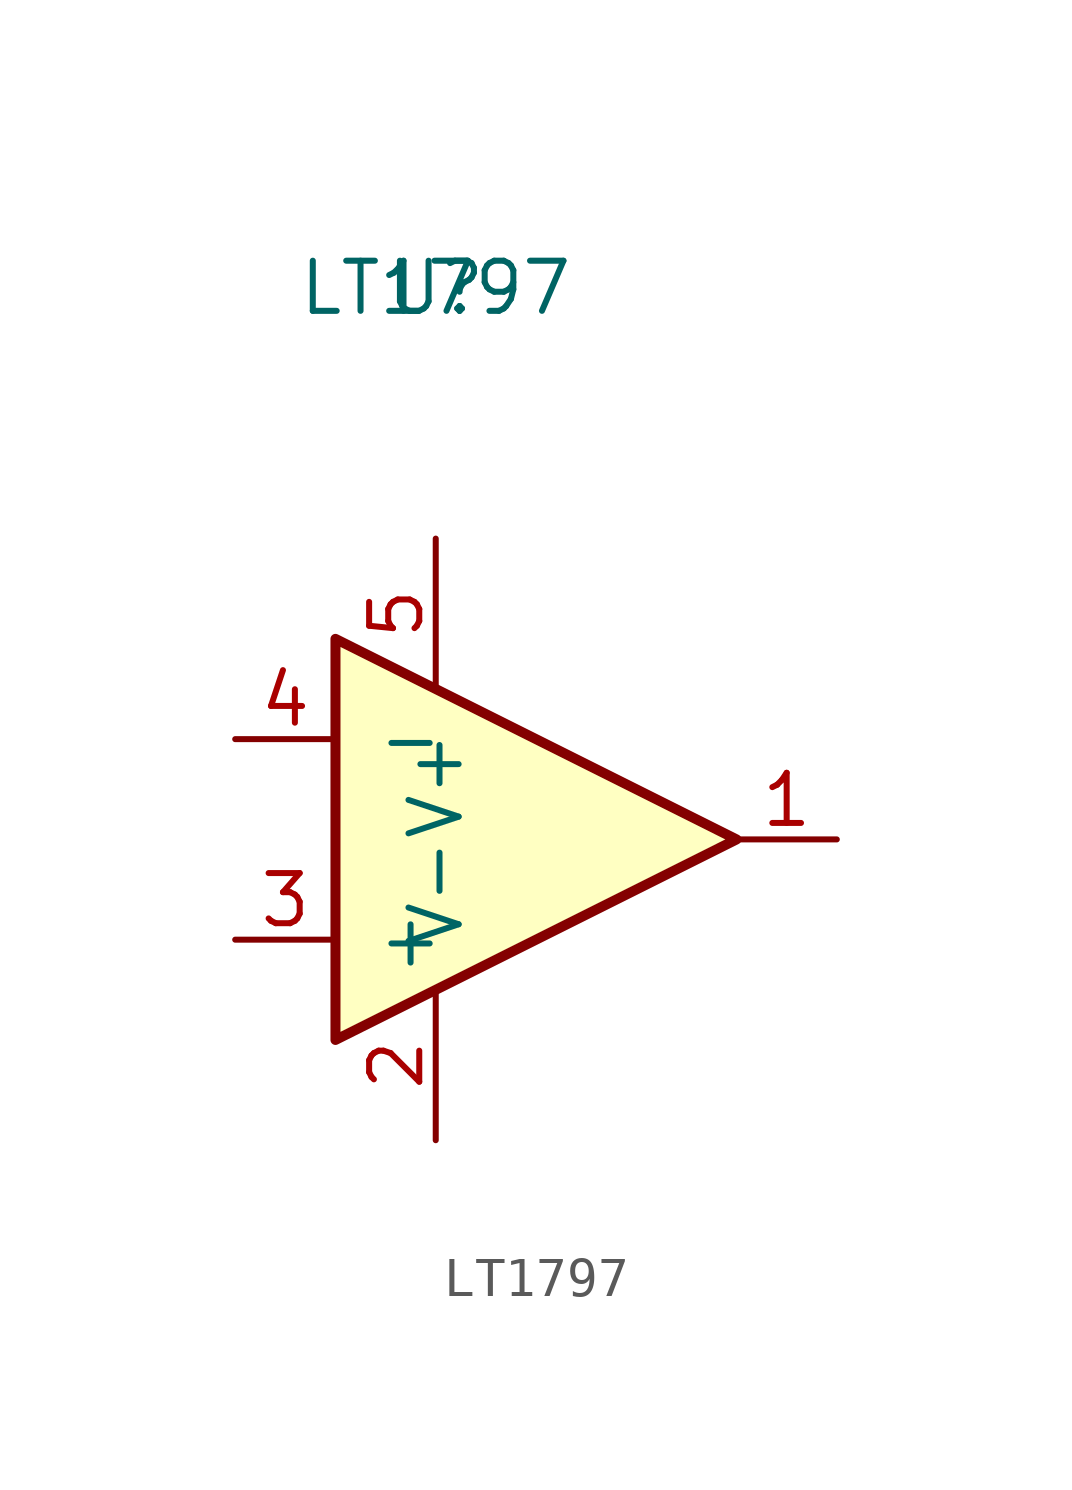
<source format=kicad_sym>
(kicad_symbol_lib
  (version 20211014)
  (generator kicad_symbol_editor)
  (symbol "LT1797"
    (pin_names
      (offset 1.016))
    (property "Reference" "U"
      (at -1.27 13.97 0)
      (effects (font (size 1.27 1.27))))
    (property "Value" "LT1797"
      (at -1.27 13.97 0)
      (effects (font (size 1.27 1.27))))
    (symbol "LT1797_1_1"
      (polyline (pts (xy -3.81 5.08) (xy 6.35 0) (xy -3.81 -5.08) (xy -3.81 5.08)) (stroke (width 0.254) (type default) (color 0 0 0 0)) (fill (type background)))
      (pin open_collector line (at 8.89 0 180) (length 2.54) (name "~" (effects (font (size 1.27 1.27)))) (number "1" (effects (font (size 1.27 1.27)))))
      (pin power_out line (at -1.27 -7.62 90) (length 3.81) (name "V-" (effects (font (size 1.27 1.27)))) (number "2" (effects (font (size 1.27 1.27)))))
      (pin input line (at -6.35 -2.54 0) (length 2.54) (name "+" (effects (font (size 1.27 1.27)))) (number "3" (effects (font (size 1.27 1.27)))))
      (pin input line (at -6.35 2.54 0) (length 2.54) (name "-" (effects (font (size 1.27 1.27)))) (number "4" (effects (font (size 1.27 1.27)))))
      (pin passive line (at -1.27 7.62 270) (length 3.81) (name "V+" (effects (font (size 1.27 1.27)))) (number "5" (effects (font (size 1.27 1.27))))))))
</source>
